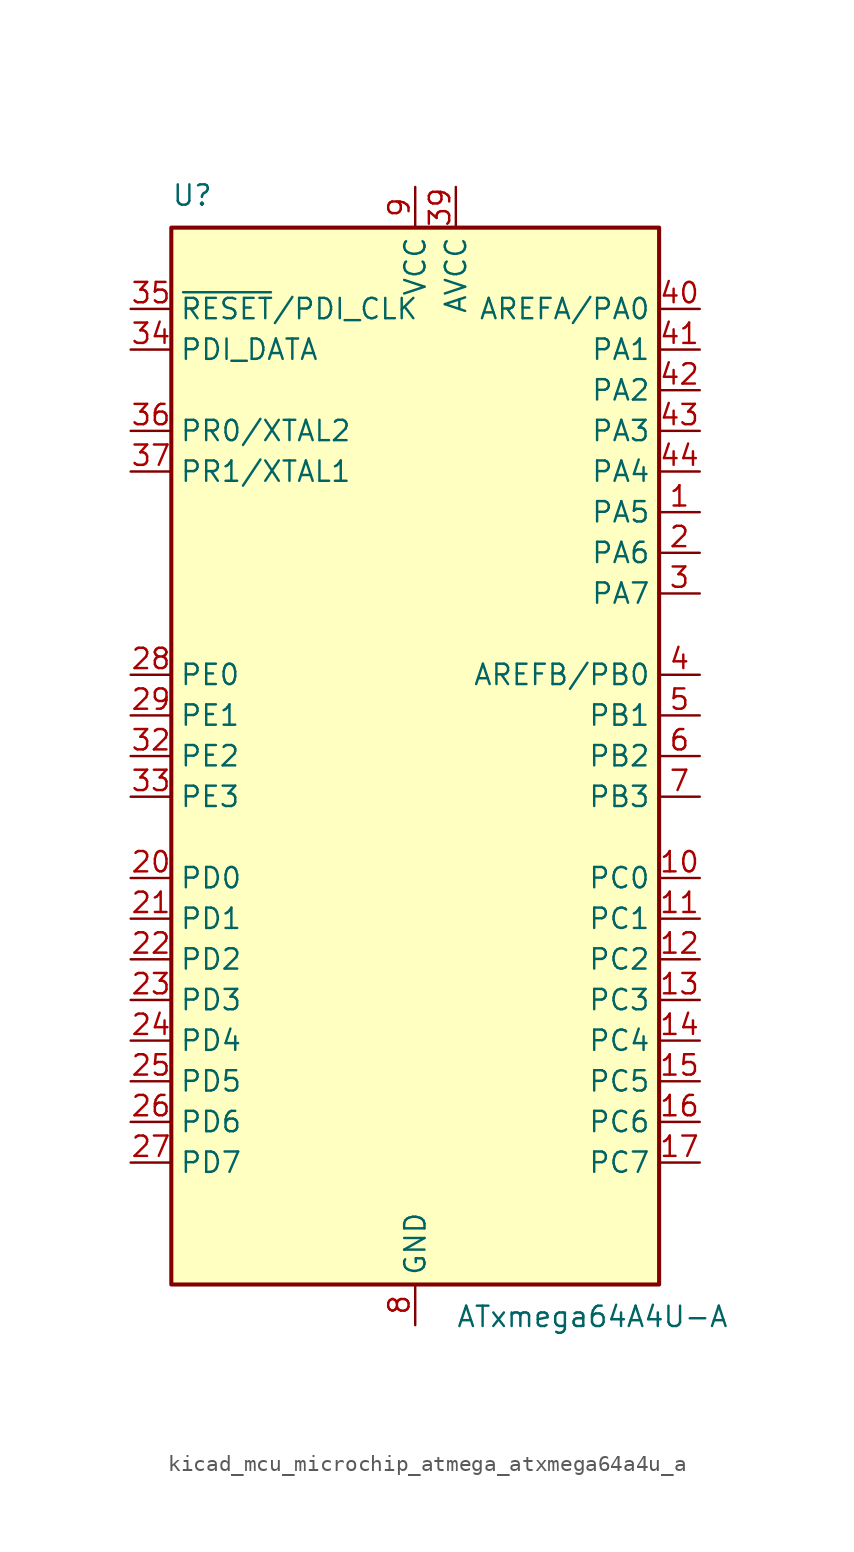
<source format=kicad_sym>
(kicad_symbol_lib
  (version 20220914)
  (generator kicad_symbol_editor)
  (symbol "kicad_mcu_microchip_atmega_atxmega64a4u_a"
    (property "Reference" "U"
      (at -15.24 34.29 0)
      (effects (font (size 1.27 1.27)) (justify left bottom)))
    (property "Value" "ATxmega64A4U-A"
      (at 2.54 -34.29 0)
      (effects (font (size 1.27 1.27)) (justify left top)))
    (symbol "kicad_mcu_microchip_atmega_atxmega64a4u_a_0_1"
      (rectangle (start -15.24 -33.02) (end 15.24 33.02) (stroke (width 0.254) (type default)) (fill (type background))))
    (symbol "kicad_mcu_microchip_atmega_atxmega64a4u_a_1_1"
      (pin bidirectional line (at 17.78 15.24 180) (length 2.54) (name "PA5" (effects (font (size 1.27 1.27)))) (number "1" (effects (font (size 1.27 1.27)))))
      (pin bidirectional line (at 17.78 -7.62 180) (length 2.54) (name "PC0" (effects (font (size 1.27 1.27)))) (number "10" (effects (font (size 1.27 1.27)))))
      (pin bidirectional line (at 17.78 -10.16 180) (length 2.54) (name "PC1" (effects (font (size 1.27 1.27)))) (number "11" (effects (font (size 1.27 1.27)))))
      (pin bidirectional line (at 17.78 -12.7 180) (length 2.54) (name "PC2" (effects (font (size 1.27 1.27)))) (number "12" (effects (font (size 1.27 1.27)))))
      (pin bidirectional line (at 17.78 -15.24 180) (length 2.54) (name "PC3" (effects (font (size 1.27 1.27)))) (number "13" (effects (font (size 1.27 1.27)))))
      (pin bidirectional line (at 17.78 -17.78 180) (length 2.54) (name "PC4" (effects (font (size 1.27 1.27)))) (number "14" (effects (font (size 1.27 1.27)))))
      (pin bidirectional line (at 17.78 -20.32 180) (length 2.54) (name "PC5" (effects (font (size 1.27 1.27)))) (number "15" (effects (font (size 1.27 1.27)))))
      (pin bidirectional line (at 17.78 -22.86 180) (length 2.54) (name "PC6" (effects (font (size 1.27 1.27)))) (number "16" (effects (font (size 1.27 1.27)))))
      (pin bidirectional line (at 17.78 -25.4 180) (length 2.54) (name "PC7" (effects (font (size 1.27 1.27)))) (number "17" (effects (font (size 1.27 1.27)))))
      (pin passive line (at 0 -35.56 90) (length 2.54) hide (name "GND" (effects (font (size 1.27 1.27)))) (number "18" (effects (font (size 1.27 1.27)))))
      (pin passive line (at 0 35.56 270) (length 2.54) hide (name "VCC" (effects (font (size 1.27 1.27)))) (number "19" (effects (font (size 1.27 1.27)))))
      (pin bidirectional line (at 17.78 12.7 180) (length 2.54) (name "PA6" (effects (font (size 1.27 1.27)))) (number "2" (effects (font (size 1.27 1.27)))))
      (pin bidirectional line (at -17.78 -7.62 0) (length 2.54) (name "PD0" (effects (font (size 1.27 1.27)))) (number "20" (effects (font (size 1.27 1.27)))))
      (pin bidirectional line (at -17.78 -10.16 0) (length 2.54) (name "PD1" (effects (font (size 1.27 1.27)))) (number "21" (effects (font (size 1.27 1.27)))))
      (pin bidirectional line (at -17.78 -12.7 0) (length 2.54) (name "PD2" (effects (font (size 1.27 1.27)))) (number "22" (effects (font (size 1.27 1.27)))))
      (pin bidirectional line (at -17.78 -15.24 0) (length 2.54) (name "PD3" (effects (font (size 1.27 1.27)))) (number "23" (effects (font (size 1.27 1.27)))))
      (pin bidirectional line (at -17.78 -17.78 0) (length 2.54) (name "PD4" (effects (font (size 1.27 1.27)))) (number "24" (effects (font (size 1.27 1.27)))))
      (pin bidirectional line (at -17.78 -20.32 0) (length 2.54) (name "PD5" (effects (font (size 1.27 1.27)))) (number "25" (effects (font (size 1.27 1.27)))))
      (pin bidirectional line (at -17.78 -22.86 0) (length 2.54) (name "PD6" (effects (font (size 1.27 1.27)))) (number "26" (effects (font (size 1.27 1.27)))))
      (pin bidirectional line (at -17.78 -25.4 0) (length 2.54) (name "PD7" (effects (font (size 1.27 1.27)))) (number "27" (effects (font (size 1.27 1.27)))))
      (pin bidirectional line (at -17.78 5.08 0) (length 2.54) (name "PE0" (effects (font (size 1.27 1.27)))) (number "28" (effects (font (size 1.27 1.27)))))
      (pin bidirectional line (at -17.78 2.54 0) (length 2.54) (name "PE1" (effects (font (size 1.27 1.27)))) (number "29" (effects (font (size 1.27 1.27)))))
      (pin bidirectional line (at 17.78 10.16 180) (length 2.54) (name "PA7" (effects (font (size 1.27 1.27)))) (number "3" (effects (font (size 1.27 1.27)))))
      (pin passive line (at 0 -35.56 90) (length 2.54) hide (name "GND" (effects (font (size 1.27 1.27)))) (number "30" (effects (font (size 1.27 1.27)))))
      (pin passive line (at 0 35.56 270) (length 2.54) hide (name "VCC" (effects (font (size 1.27 1.27)))) (number "31" (effects (font (size 1.27 1.27)))))
      (pin bidirectional line (at -17.78 0 0) (length 2.54) (name "PE2" (effects (font (size 1.27 1.27)))) (number "32" (effects (font (size 1.27 1.27)))))
      (pin bidirectional line (at -17.78 -2.54 0) (length 2.54) (name "PE3" (effects (font (size 1.27 1.27)))) (number "33" (effects (font (size 1.27 1.27)))))
      (pin bidirectional line (at -17.78 25.4 0) (length 2.54) (name "PDI_DATA" (effects (font (size 1.27 1.27)))) (number "34" (effects (font (size 1.27 1.27)))))
      (pin input line (at -17.78 27.94 0) (length 2.54) (name "~{RESET}/PDI_CLK" (effects (font (size 1.27 1.27)))) (number "35" (effects (font (size 1.27 1.27)))))
      (pin bidirectional line (at -17.78 20.32 0) (length 2.54) (name "PR0/XTAL2" (effects (font (size 1.27 1.27)))) (number "36" (effects (font (size 1.27 1.27)))))
      (pin bidirectional line (at -17.78 17.78 0) (length 2.54) (name "PR1/XTAL1" (effects (font (size 1.27 1.27)))) (number "37" (effects (font (size 1.27 1.27)))))
      (pin passive line (at 0 -35.56 90) (length 2.54) hide (name "GND" (effects (font (size 1.27 1.27)))) (number "38" (effects (font (size 1.27 1.27)))))
      (pin power_in line (at 2.54 35.56 270) (length 2.54) (name "AVCC" (effects (font (size 1.27 1.27)))) (number "39" (effects (font (size 1.27 1.27)))))
      (pin bidirectional line (at 17.78 5.08 180) (length 2.54) (name "AREFB/PB0" (effects (font (size 1.27 1.27)))) (number "4" (effects (font (size 1.27 1.27)))))
      (pin bidirectional line (at 17.78 27.94 180) (length 2.54) (name "AREFA/PA0" (effects (font (size 1.27 1.27)))) (number "40" (effects (font (size 1.27 1.27)))))
      (pin bidirectional line (at 17.78 25.4 180) (length 2.54) (name "PA1" (effects (font (size 1.27 1.27)))) (number "41" (effects (font (size 1.27 1.27)))))
      (pin bidirectional line (at 17.78 22.86 180) (length 2.54) (name "PA2" (effects (font (size 1.27 1.27)))) (number "42" (effects (font (size 1.27 1.27)))))
      (pin bidirectional line (at 17.78 20.32 180) (length 2.54) (name "PA3" (effects (font (size 1.27 1.27)))) (number "43" (effects (font (size 1.27 1.27)))))
      (pin bidirectional line (at 17.78 17.78 180) (length 2.54) (name "PA4" (effects (font (size 1.27 1.27)))) (number "44" (effects (font (size 1.27 1.27)))))
      (pin bidirectional line (at 17.78 2.54 180) (length 2.54) (name "PB1" (effects (font (size 1.27 1.27)))) (number "5" (effects (font (size 1.27 1.27)))))
      (pin bidirectional line (at 17.78 0 180) (length 2.54) (name "PB2" (effects (font (size 1.27 1.27)))) (number "6" (effects (font (size 1.27 1.27)))))
      (pin bidirectional line (at 17.78 -2.54 180) (length 2.54) (name "PB3" (effects (font (size 1.27 1.27)))) (number "7" (effects (font (size 1.27 1.27)))))
      (pin power_in line (at 0 -35.56 90) (length 2.54) (name "GND" (effects (font (size 1.27 1.27)))) (number "8" (effects (font (size 1.27 1.27)))))
      (pin power_in line (at 0 35.56 270) (length 2.54) (name "VCC" (effects (font (size 1.27 1.27)))) (number "9" (effects (font (size 1.27 1.27))))))))
</source>
